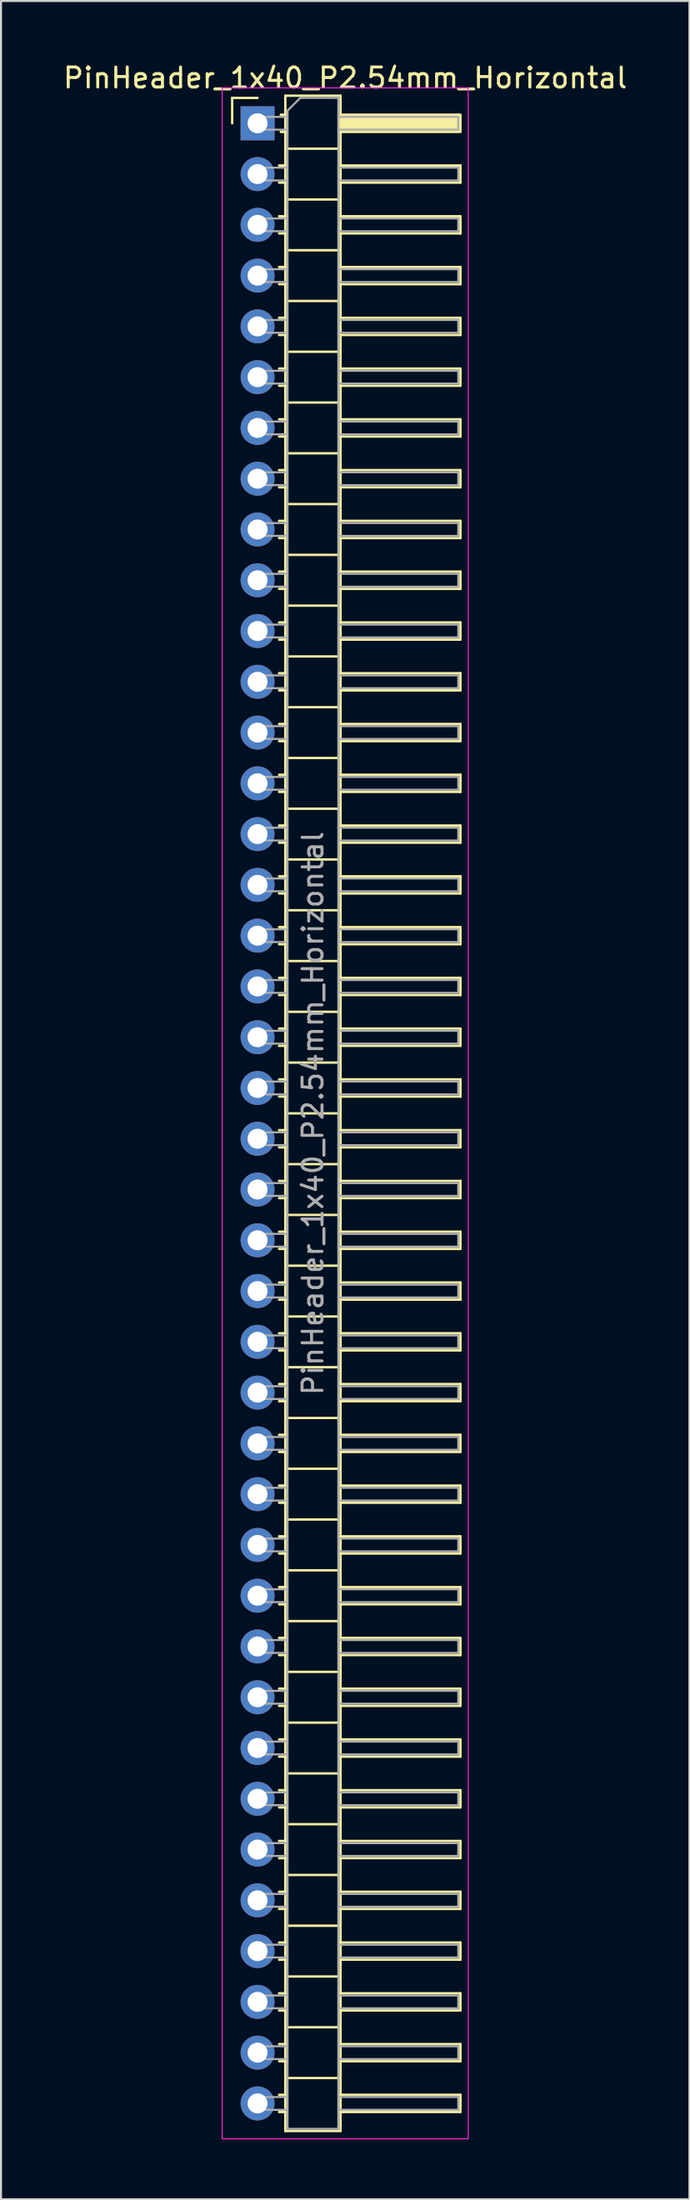
<source format=kicad_pcb>
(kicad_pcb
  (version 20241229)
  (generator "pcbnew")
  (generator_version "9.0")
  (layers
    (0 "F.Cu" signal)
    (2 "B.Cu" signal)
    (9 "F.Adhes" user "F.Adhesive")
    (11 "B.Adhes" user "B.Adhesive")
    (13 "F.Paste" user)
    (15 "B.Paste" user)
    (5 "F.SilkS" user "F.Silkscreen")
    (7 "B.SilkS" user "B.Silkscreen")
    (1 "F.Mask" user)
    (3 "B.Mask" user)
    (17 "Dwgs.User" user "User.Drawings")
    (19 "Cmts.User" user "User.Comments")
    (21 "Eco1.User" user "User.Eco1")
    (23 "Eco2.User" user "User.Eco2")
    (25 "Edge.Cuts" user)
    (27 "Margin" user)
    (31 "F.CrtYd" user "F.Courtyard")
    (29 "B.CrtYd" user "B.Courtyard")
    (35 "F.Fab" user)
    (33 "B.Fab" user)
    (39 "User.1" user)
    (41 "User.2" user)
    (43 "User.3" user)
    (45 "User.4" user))
  (footprint "PinHeader_1x40_P2.54mm_Horizontal"
    (layer "F.Cu")
    (at 9.835 3.118)
    (property "Reference" "PinHeader_1x40_P2.54mm_Horizontal" (at 4.385 -2.27 0) (layer "F.SilkS") (effects (font (size 1 1) (thickness 0.15))))
    (attr through_hole)
    (fp_line (start -1.27 -1.27) (end 0 -1.27) (stroke (width 0.12) (type solid)) (layer "F.SilkS"))
    (fp_line (start -1.27 0) (end -1.27 -1.27) (stroke (width 0.12) (type solid)) (layer "F.SilkS"))
    (fp_line (start 1.077 2.11) (end 1.39 2.11) (stroke (width 0.12) (type solid)) (layer "F.SilkS"))
    (fp_line (start 1.077 2.97) (end 1.39 2.97) (stroke (width 0.12) (type solid)) (layer "F.SilkS"))
    (fp_line (start 1.077 4.65) (end 1.39 4.65) (stroke (width 0.12) (type solid)) (layer "F.SilkS"))
    (fp_line (start 1.077 5.51) (end 1.39 5.51) (stroke (width 0.12) (type solid)) (layer "F.SilkS"))
    (fp_line (start 1.077 7.19) (end 1.39 7.19) (stroke (width 0.12) (type solid)) (layer "F.SilkS"))
    (fp_line (start 1.077 8.05) (end 1.39 8.05) (stroke (width 0.12) (type solid)) (layer "F.SilkS"))
    (fp_line (start 1.077 9.73) (end 1.39 9.73) (stroke (width 0.12) (type solid)) (layer "F.SilkS"))
    (fp_line (start 1.077 10.59) (end 1.39 10.59) (stroke (width 0.12) (type solid)) (layer "F.SilkS"))
    (fp_line (start 1.077 12.27) (end 1.39 12.27) (stroke (width 0.12) (type solid)) (layer "F.SilkS"))
    (fp_line (start 1.077 13.13) (end 1.39 13.13) (stroke (width 0.12) (type solid)) (layer "F.SilkS"))
    (fp_line (start 1.077 14.81) (end 1.39 14.81) (stroke (width 0.12) (type solid)) (layer "F.SilkS"))
    (fp_line (start 1.077 15.67) (end 1.39 15.67) (stroke (width 0.12) (type solid)) (layer "F.SilkS"))
    (fp_line (start 1.077 17.35) (end 1.39 17.35) (stroke (width 0.12) (type solid)) (layer "F.SilkS"))
    (fp_line (start 1.077 18.21) (end 1.39 18.21) (stroke (width 0.12) (type solid)) (layer "F.SilkS"))
    (fp_line (start 1.077 19.89) (end 1.39 19.89) (stroke (width 0.12) (type solid)) (layer "F.SilkS"))
    (fp_line (start 1.077 20.75) (end 1.39 20.75) (stroke (width 0.12) (type solid)) (layer "F.SilkS"))
    (fp_line (start 1.077 22.43) (end 1.39 22.43) (stroke (width 0.12) (type solid)) (layer "F.SilkS"))
    (fp_line (start 1.077 23.29) (end 1.39 23.29) (stroke (width 0.12) (type solid)) (layer "F.SilkS"))
    (fp_line (start 1.077 24.97) (end 1.39 24.97) (stroke (width 0.12) (type solid)) (layer "F.SilkS"))
    (fp_line (start 1.077 25.83) (end 1.39 25.83) (stroke (width 0.12) (type solid)) (layer "F.SilkS"))
    (fp_line (start 1.077 27.51) (end 1.39 27.51) (stroke (width 0.12) (type solid)) (layer "F.SilkS"))
    (fp_line (start 1.077 28.37) (end 1.39 28.37) (stroke (width 0.12) (type solid)) (layer "F.SilkS"))
    (fp_line (start 1.077 30.05) (end 1.39 30.05) (stroke (width 0.12) (type solid)) (layer "F.SilkS"))
    (fp_line (start 1.077 30.91) (end 1.39 30.91) (stroke (width 0.12) (type solid)) (layer "F.SilkS"))
    (fp_line (start 1.077 32.59) (end 1.39 32.59) (stroke (width 0.12) (type solid)) (layer "F.SilkS"))
    (fp_line (start 1.077 33.45) (end 1.39 33.45) (stroke (width 0.12) (type solid)) (layer "F.SilkS"))
    (fp_line (start 1.077 35.13) (end 1.39 35.13) (stroke (width 0.12) (type solid)) (layer "F.SilkS"))
    (fp_line (start 1.077 35.99) (end 1.39 35.99) (stroke (width 0.12) (type solid)) (layer "F.SilkS"))
    (fp_line (start 1.077 37.67) (end 1.39 37.67) (stroke (width 0.12) (type solid)) (layer "F.SilkS"))
    (fp_line (start 1.077 38.53) (end 1.39 38.53) (stroke (width 0.12) (type solid)) (layer "F.SilkS"))
    (fp_line (start 1.077 40.21) (end 1.39 40.21) (stroke (width 0.12) (type solid)) (layer "F.SilkS"))
    (fp_line (start 1.077 41.07) (end 1.39 41.07) (stroke (width 0.12) (type solid)) (layer "F.SilkS"))
    (fp_line (start 1.077 42.75) (end 1.39 42.75) (stroke (width 0.12) (type solid)) (layer "F.SilkS"))
    (fp_line (start 1.077 43.61) (end 1.39 43.61) (stroke (width 0.12) (type solid)) (layer "F.SilkS"))
    (fp_line (start 1.077 45.29) (end 1.39 45.29) (stroke (width 0.12) (type solid)) (layer "F.SilkS"))
    (fp_line (start 1.077 46.15) (end 1.39 46.15) (stroke (width 0.12) (type solid)) (layer "F.SilkS"))
    (fp_line (start 1.077 47.83) (end 1.39 47.83) (stroke (width 0.12) (type solid)) (layer "F.SilkS"))
    (fp_line (start 1.077 48.69) (end 1.39 48.69) (stroke (width 0.12) (type solid)) (layer "F.SilkS"))
    (fp_line (start 1.077 50.37) (end 1.39 50.37) (stroke (width 0.12) (type solid)) (layer "F.SilkS"))
    (fp_line (start 1.077 51.23) (end 1.39 51.23) (stroke (width 0.12) (type solid)) (layer "F.SilkS"))
    (fp_line (start 1.077 52.91) (end 1.39 52.91) (stroke (width 0.12) (type solid)) (layer "F.SilkS"))
    (fp_line (start 1.077 53.77) (end 1.39 53.77) (stroke (width 0.12) (type solid)) (layer "F.SilkS"))
    (fp_line (start 1.077 55.45) (end 1.39 55.45) (stroke (width 0.12) (type solid)) (layer "F.SilkS"))
    (fp_line (start 1.077 56.31) (end 1.39 56.31) (stroke (width 0.12) (type solid)) (layer "F.SilkS"))
    (fp_line (start 1.077 57.99) (end 1.39 57.99) (stroke (width 0.12) (type solid)) (layer "F.SilkS"))
    (fp_line (start 1.077 58.85) (end 1.39 58.85) (stroke (width 0.12) (type solid)) (layer "F.SilkS"))
    (fp_line (start 1.077 60.53) (end 1.39 60.53) (stroke (width 0.12) (type solid)) (layer "F.SilkS"))
    (fp_line (start 1.077 61.39) (end 1.39 61.39) (stroke (width 0.12) (type solid)) (layer "F.SilkS"))
    (fp_line (start 1.077 63.07) (end 1.39 63.07) (stroke (width 0.12) (type solid)) (layer "F.SilkS"))
    (fp_line (start 1.077 63.93) (end 1.39 63.93) (stroke (width 0.12) (type solid)) (layer "F.SilkS"))
    (fp_line (start 1.077 65.61) (end 1.39 65.61) (stroke (width 0.12) (type solid)) (layer "F.SilkS"))
    (fp_line (start 1.077 66.47) (end 1.39 66.47) (stroke (width 0.12) (type solid)) (layer "F.SilkS"))
    (fp_line (start 1.077 68.15) (end 1.39 68.15) (stroke (width 0.12) (type solid)) (layer "F.SilkS"))
    (fp_line (start 1.077 69.01) (end 1.39 69.01) (stroke (width 0.12) (type solid)) (layer "F.SilkS"))
    (fp_line (start 1.077 70.69) (end 1.39 70.69) (stroke (width 0.12) (type solid)) (layer "F.SilkS"))
    (fp_line (start 1.077 71.55) (end 1.39 71.55) (stroke (width 0.12) (type solid)) (layer "F.SilkS"))
    (fp_line (start 1.077 73.23) (end 1.39 73.23) (stroke (width 0.12) (type solid)) (layer "F.SilkS"))
    (fp_line (start 1.077 74.09) (end 1.39 74.09) (stroke (width 0.12) (type solid)) (layer "F.SilkS"))
    (fp_line (start 1.077 75.77) (end 1.39 75.77) (stroke (width 0.12) (type solid)) (layer "F.SilkS"))
    (fp_line (start 1.077 76.63) (end 1.39 76.63) (stroke (width 0.12) (type solid)) (layer "F.SilkS"))
    (fp_line (start 1.077 78.31) (end 1.39 78.31) (stroke (width 0.12) (type solid)) (layer "F.SilkS"))
    (fp_line (start 1.077 79.17) (end 1.39 79.17) (stroke (width 0.12) (type solid)) (layer "F.SilkS"))
    (fp_line (start 1.077 80.85) (end 1.39 80.85) (stroke (width 0.12) (type solid)) (layer "F.SilkS"))
    (fp_line (start 1.077 81.71) (end 1.39 81.71) (stroke (width 0.12) (type solid)) (layer "F.SilkS"))
    (fp_line (start 1.077 83.39) (end 1.39 83.39) (stroke (width 0.12) (type solid)) (layer "F.SilkS"))
    (fp_line (start 1.077 84.25) (end 1.39 84.25) (stroke (width 0.12) (type solid)) (layer "F.SilkS"))
    (fp_line (start 1.077 85.93) (end 1.39 85.93) (stroke (width 0.12) (type solid)) (layer "F.SilkS"))
    (fp_line (start 1.077 86.79) (end 1.39 86.79) (stroke (width 0.12) (type solid)) (layer "F.SilkS"))
    (fp_line (start 1.077 88.47) (end 1.39 88.47) (stroke (width 0.12) (type solid)) (layer "F.SilkS"))
    (fp_line (start 1.077 89.33) (end 1.39 89.33) (stroke (width 0.12) (type solid)) (layer "F.SilkS"))
    (fp_line (start 1.077 91.01) (end 1.39 91.01) (stroke (width 0.12) (type solid)) (layer "F.SilkS"))
    (fp_line (start 1.077 91.87) (end 1.39 91.87) (stroke (width 0.12) (type solid)) (layer "F.SilkS"))
    (fp_line (start 1.077 93.55) (end 1.39 93.55) (stroke (width 0.12) (type solid)) (layer "F.SilkS"))
    (fp_line (start 1.077 94.41) (end 1.39 94.41) (stroke (width 0.12) (type solid)) (layer "F.SilkS"))
    (fp_line (start 1.077 96.09) (end 1.39 96.09) (stroke (width 0.12) (type solid)) (layer "F.SilkS"))
    (fp_line (start 1.077 96.95) (end 1.39 96.95) (stroke (width 0.12) (type solid)) (layer "F.SilkS"))
    (fp_line (start 1.077 98.63) (end 1.39 98.63) (stroke (width 0.12) (type solid)) (layer "F.SilkS"))
    (fp_line (start 1.077 99.49) (end 1.39 99.49) (stroke (width 0.12) (type solid)) (layer "F.SilkS"))
    (fp_line (start 1.16 -0.43) (end 1.39 -0.43) (stroke (width 0.12) (type solid)) (layer "F.SilkS"))
    (fp_line (start 1.16 0.43) (end 1.39 0.43) (stroke (width 0.12) (type solid)) (layer "F.SilkS"))
    (fp_line (start 1.39 -1.38) (end 1.39 100.44) (stroke (width 0.12) (type solid)) (layer "F.SilkS"))
    (fp_line (start 1.39 1.27) (end 4.15 1.27) (stroke (width 0.12) (type solid)) (layer "F.SilkS"))
    (fp_line (start 1.39 3.81) (end 4.15 3.81) (stroke (width 0.12) (type solid)) (layer "F.SilkS"))
    (fp_line (start 1.39 6.35) (end 4.15 6.35) (stroke (width 0.12) (type solid)) (layer "F.SilkS"))
    (fp_line (start 1.39 8.89) (end 4.15 8.89) (stroke (width 0.12) (type solid)) (layer "F.SilkS"))
    (fp_line (start 1.39 11.43) (end 4.15 11.43) (stroke (width 0.12) (type solid)) (layer "F.SilkS"))
    (fp_line (start 1.39 13.97) (end 4.15 13.97) (stroke (width 0.12) (type solid)) (layer "F.SilkS"))
    (fp_line (start 1.39 16.51) (end 4.15 16.51) (stroke (width 0.12) (type solid)) (layer "F.SilkS"))
    (fp_line (start 1.39 19.05) (end 4.15 19.05) (stroke (width 0.12) (type solid)) (layer "F.SilkS"))
    (fp_line (start 1.39 21.59) (end 4.15 21.59) (stroke (width 0.12) (type solid)) (layer "F.SilkS"))
    (fp_line (start 1.39 24.13) (end 4.15 24.13) (stroke (width 0.12) (type solid)) (layer "F.SilkS"))
    (fp_line (start 1.39 26.67) (end 4.15 26.67) (stroke (width 0.12) (type solid)) (layer "F.SilkS"))
    (fp_line (start 1.39 29.21) (end 4.15 29.21) (stroke (width 0.12) (type solid)) (layer "F.SilkS"))
    (fp_line (start 1.39 31.75) (end 4.15 31.75) (stroke (width 0.12) (type solid)) (layer "F.SilkS"))
    (fp_line (start 1.39 34.29) (end 4.15 34.29) (stroke (width 0.12) (type solid)) (layer "F.SilkS"))
    (fp_line (start 1.39 36.83) (end 4.15 36.83) (stroke (width 0.12) (type solid)) (layer "F.SilkS"))
    (fp_line (start 1.39 39.37) (end 4.15 39.37) (stroke (width 0.12) (type solid)) (layer "F.SilkS"))
    (fp_line (start 1.39 41.91) (end 4.15 41.91) (stroke (width 0.12) (type solid)) (layer "F.SilkS"))
    (fp_line (start 1.39 44.45) (end 4.15 44.45) (stroke (width 0.12) (type solid)) (layer "F.SilkS"))
    (fp_line (start 1.39 46.99) (end 4.15 46.99) (stroke (width 0.12) (type solid)) (layer "F.SilkS"))
    (fp_line (start 1.39 49.53) (end 4.15 49.53) (stroke (width 0.12) (type solid)) (layer "F.SilkS"))
    (fp_line (start 1.39 52.07) (end 4.15 52.07) (stroke (width 0.12) (type solid)) (layer "F.SilkS"))
    (fp_line (start 1.39 54.61) (end 4.15 54.61) (stroke (width 0.12) (type solid)) (layer "F.SilkS"))
    (fp_line (start 1.39 57.15) (end 4.15 57.15) (stroke (width 0.12) (type solid)) (layer "F.SilkS"))
    (fp_line (start 1.39 59.69) (end 4.15 59.69) (stroke (width 0.12) (type solid)) (layer "F.SilkS"))
    (fp_line (start 1.39 62.23) (end 4.15 62.23) (stroke (width 0.12) (type solid)) (layer "F.SilkS"))
    (fp_line (start 1.39 64.77) (end 4.15 64.77) (stroke (width 0.12) (type solid)) (layer "F.SilkS"))
    (fp_line (start 1.39 67.31) (end 4.15 67.31) (stroke (width 0.12) (type solid)) (layer "F.SilkS"))
    (fp_line (start 1.39 69.85) (end 4.15 69.85) (stroke (width 0.12) (type solid)) (layer "F.SilkS"))
    (fp_line (start 1.39 72.39) (end 4.15 72.39) (stroke (width 0.12) (type solid)) (layer "F.SilkS"))
    (fp_line (start 1.39 74.93) (end 4.15 74.93) (stroke (width 0.12) (type solid)) (layer "F.SilkS"))
    (fp_line (start 1.39 77.47) (end 4.15 77.47) (stroke (width 0.12) (type solid)) (layer "F.SilkS"))
    (fp_line (start 1.39 80.01) (end 4.15 80.01) (stroke (width 0.12) (type solid)) (layer "F.SilkS"))
    (fp_line (start 1.39 82.55) (end 4.15 82.55) (stroke (width 0.12) (type solid)) (layer "F.SilkS"))
    (fp_line (start 1.39 85.09) (end 4.15 85.09) (stroke (width 0.12) (type solid)) (layer "F.SilkS"))
    (fp_line (start 1.39 87.63) (end 4.15 87.63) (stroke (width 0.12) (type solid)) (layer "F.SilkS"))
    (fp_line (start 1.39 90.17) (end 4.15 90.17) (stroke (width 0.12) (type solid)) (layer "F.SilkS"))
    (fp_line (start 1.39 92.71) (end 4.15 92.71) (stroke (width 0.12) (type solid)) (layer "F.SilkS"))
    (fp_line (start 1.39 95.25) (end 4.15 95.25) (stroke (width 0.12) (type solid)) (layer "F.SilkS"))
    (fp_line (start 1.39 97.79) (end 4.15 97.79) (stroke (width 0.12) (type solid)) (layer "F.SilkS"))
    (fp_line (start 1.39 100.44) (end 4.15 100.44) (stroke (width 0.12) (type solid)) (layer "F.SilkS"))
    (fp_line (start 4.15 -1.38) (end 1.39 -1.38) (stroke (width 0.12) (type solid)) (layer "F.SilkS"))
    (fp_line (start 4.15 2.11) (end 10.15 2.11) (stroke (width 0.12) (type solid)) (layer "F.SilkS"))
    (fp_line (start 4.15 4.65) (end 10.15 4.65) (stroke (width 0.12) (type solid)) (layer "F.SilkS"))
    (fp_line (start 4.15 7.19) (end 10.15 7.19) (stroke (width 0.12) (type solid)) (layer "F.SilkS"))
    (fp_line (start 4.15 9.73) (end 10.15 9.73) (stroke (width 0.12) (type solid)) (layer "F.SilkS"))
    (fp_line (start 4.15 12.27) (end 10.15 12.27) (stroke (width 0.12) (type solid)) (layer "F.SilkS"))
    (fp_line (start 4.15 14.81) (end 10.15 14.81) (stroke (width 0.12) (type solid)) (layer "F.SilkS"))
    (fp_line (start 4.15 17.35) (end 10.15 17.35) (stroke (width 0.12) (type solid)) (layer "F.SilkS"))
    (fp_line (start 4.15 19.89) (end 10.15 19.89) (stroke (width 0.12) (type solid)) (layer "F.SilkS"))
    (fp_line (start 4.15 22.43) (end 10.15 22.43) (stroke (width 0.12) (type solid)) (layer "F.SilkS"))
    (fp_line (start 4.15 24.97) (end 10.15 24.97) (stroke (width 0.12) (type solid)) (layer "F.SilkS"))
    (fp_line (start 4.15 27.51) (end 10.15 27.51) (stroke (width 0.12) (type solid)) (layer "F.SilkS"))
    (fp_line (start 4.15 30.05) (end 10.15 30.05) (stroke (width 0.12) (type solid)) (layer "F.SilkS"))
    (fp_line (start 4.15 32.59) (end 10.15 32.59) (stroke (width 0.12) (type solid)) (layer "F.SilkS"))
    (fp_line (start 4.15 35.13) (end 10.15 35.13) (stroke (width 0.12) (type solid)) (layer "F.SilkS"))
    (fp_line (start 4.15 37.67) (end 10.15 37.67) (stroke (width 0.12) (type solid)) (layer "F.SilkS"))
    (fp_line (start 4.15 40.21) (end 10.15 40.21) (stroke (width 0.12) (type solid)) (layer "F.SilkS"))
    (fp_line (start 4.15 42.75) (end 10.15 42.75) (stroke (width 0.12) (type solid)) (layer "F.SilkS"))
    (fp_line (start 4.15 45.29) (end 10.15 45.29) (stroke (width 0.12) (type solid)) (layer "F.SilkS"))
    (fp_line (start 4.15 47.83) (end 10.15 47.83) (stroke (width 0.12) (type solid)) (layer "F.SilkS"))
    (fp_line (start 4.15 50.37) (end 10.15 50.37) (stroke (width 0.12) (type solid)) (layer "F.SilkS"))
    (fp_line (start 4.15 52.91) (end 10.15 52.91) (stroke (width 0.12) (type solid)) (layer "F.SilkS"))
    (fp_line (start 4.15 55.45) (end 10.15 55.45) (stroke (width 0.12) (type solid)) (layer "F.SilkS"))
    (fp_line (start 4.15 57.99) (end 10.15 57.99) (stroke (width 0.12) (type solid)) (layer "F.SilkS"))
    (fp_line (start 4.15 60.53) (end 10.15 60.53) (stroke (width 0.12) (type solid)) (layer "F.SilkS"))
    (fp_line (start 4.15 63.07) (end 10.15 63.07) (stroke (width 0.12) (type solid)) (layer "F.SilkS"))
    (fp_line (start 4.15 65.61) (end 10.15 65.61) (stroke (width 0.12) (type solid)) (layer "F.SilkS"))
    (fp_line (start 4.15 68.15) (end 10.15 68.15) (stroke (width 0.12) (type solid)) (layer "F.SilkS"))
    (fp_line (start 4.15 70.69) (end 10.15 70.69) (stroke (width 0.12) (type solid)) (layer "F.SilkS"))
    (fp_line (start 4.15 73.23) (end 10.15 73.23) (stroke (width 0.12) (type solid)) (layer "F.SilkS"))
    (fp_line (start 4.15 75.77) (end 10.15 75.77) (stroke (width 0.12) (type solid)) (layer "F.SilkS"))
    (fp_line (start 4.15 78.31) (end 10.15 78.31) (stroke (width 0.12) (type solid)) (layer "F.SilkS"))
    (fp_line (start 4.15 80.85) (end 10.15 80.85) (stroke (width 0.12) (type solid)) (layer "F.SilkS"))
    (fp_line (start 4.15 83.39) (end 10.15 83.39) (stroke (width 0.12) (type solid)) (layer "F.SilkS"))
    (fp_line (start 4.15 85.93) (end 10.15 85.93) (stroke (width 0.12) (type solid)) (layer "F.SilkS"))
    (fp_line (start 4.15 88.47) (end 10.15 88.47) (stroke (width 0.12) (type solid)) (layer "F.SilkS"))
    (fp_line (start 4.15 91.01) (end 10.15 91.01) (stroke (width 0.12) (type solid)) (layer "F.SilkS"))
    (fp_line (start 4.15 93.55) (end 10.15 93.55) (stroke (width 0.12) (type solid)) (layer "F.SilkS"))
    (fp_line (start 4.15 96.09) (end 10.15 96.09) (stroke (width 0.12) (type solid)) (layer "F.SilkS"))
    (fp_line (start 4.15 98.63) (end 10.15 98.63) (stroke (width 0.12) (type solid)) (layer "F.SilkS"))
    (fp_line (start 4.15 100.44) (end 4.15 -1.38) (stroke (width 0.12) (type solid)) (layer "F.SilkS"))
    (fp_line (start 10.15 2.11) (end 10.15 2.97) (stroke (width 0.12) (type solid)) (layer "F.SilkS"))
    (fp_line (start 10.15 2.97) (end 4.15 2.97) (stroke (width 0.12) (type solid)) (layer "F.SilkS"))
    (fp_line (start 10.15 4.65) (end 10.15 5.51) (stroke (width 0.12) (type solid)) (layer "F.SilkS"))
    (fp_line (start 10.15 5.51) (end 4.15 5.51) (stroke (width 0.12) (type solid)) (layer "F.SilkS"))
    (fp_line (start 10.15 7.19) (end 10.15 8.05) (stroke (width 0.12) (type solid)) (layer "F.SilkS"))
    (fp_line (start 10.15 8.05) (end 4.15 8.05) (stroke (width 0.12) (type solid)) (layer "F.SilkS"))
    (fp_line (start 10.15 9.73) (end 10.15 10.59) (stroke (width 0.12) (type solid)) (layer "F.SilkS"))
    (fp_line (start 10.15 10.59) (end 4.15 10.59) (stroke (width 0.12) (type solid)) (layer "F.SilkS"))
    (fp_line (start 10.15 12.27) (end 10.15 13.13) (stroke (width 0.12) (type solid)) (layer "F.SilkS"))
    (fp_line (start 10.15 13.13) (end 4.15 13.13) (stroke (width 0.12) (type solid)) (layer "F.SilkS"))
    (fp_line (start 10.15 14.81) (end 10.15 15.67) (stroke (width 0.12) (type solid)) (layer "F.SilkS"))
    (fp_line (start 10.15 15.67) (end 4.15 15.67) (stroke (width 0.12) (type solid)) (layer "F.SilkS"))
    (fp_line (start 10.15 17.35) (end 10.15 18.21) (stroke (width 0.12) (type solid)) (layer "F.SilkS"))
    (fp_line (start 10.15 18.21) (end 4.15 18.21) (stroke (width 0.12) (type solid)) (layer "F.SilkS"))
    (fp_line (start 10.15 19.89) (end 10.15 20.75) (stroke (width 0.12) (type solid)) (layer "F.SilkS"))
    (fp_line (start 10.15 20.75) (end 4.15 20.75) (stroke (width 0.12) (type solid)) (layer "F.SilkS"))
    (fp_line (start 10.15 22.43) (end 10.15 23.29) (stroke (width 0.12) (type solid)) (layer "F.SilkS"))
    (fp_line (start 10.15 23.29) (end 4.15 23.29) (stroke (width 0.12) (type solid)) (layer "F.SilkS"))
    (fp_line (start 10.15 24.97) (end 10.15 25.83) (stroke (width 0.12) (type solid)) (layer "F.SilkS"))
    (fp_line (start 10.15 25.83) (end 4.15 25.83) (stroke (width 0.12) (type solid)) (layer "F.SilkS"))
    (fp_line (start 10.15 27.51) (end 10.15 28.37) (stroke (width 0.12) (type solid)) (layer "F.SilkS"))
    (fp_line (start 10.15 28.37) (end 4.15 28.37) (stroke (width 0.12) (type solid)) (layer "F.SilkS"))
    (fp_line (start 10.15 30.05) (end 10.15 30.91) (stroke (width 0.12) (type solid)) (layer "F.SilkS"))
    (fp_line (start 10.15 30.91) (end 4.15 30.91) (stroke (width 0.12) (type solid)) (layer "F.SilkS"))
    (fp_line (start 10.15 32.59) (end 10.15 33.45) (stroke (width 0.12) (type solid)) (layer "F.SilkS"))
    (fp_line (start 10.15 33.45) (end 4.15 33.45) (stroke (width 0.12) (type solid)) (layer "F.SilkS"))
    (fp_line (start 10.15 35.13) (end 10.15 35.99) (stroke (width 0.12) (type solid)) (layer "F.SilkS"))
    (fp_line (start 10.15 35.99) (end 4.15 35.99) (stroke (width 0.12) (type solid)) (layer "F.SilkS"))
    (fp_line (start 10.15 37.67) (end 10.15 38.53) (stroke (width 0.12) (type solid)) (layer "F.SilkS"))
    (fp_line (start 10.15 38.53) (end 4.15 38.53) (stroke (width 0.12) (type solid)) (layer "F.SilkS"))
    (fp_line (start 10.15 40.21) (end 10.15 41.07) (stroke (width 0.12) (type solid)) (layer "F.SilkS"))
    (fp_line (start 10.15 41.07) (end 4.15 41.07) (stroke (width 0.12) (type solid)) (layer "F.SilkS"))
    (fp_line (start 10.15 42.75) (end 10.15 43.61) (stroke (width 0.12) (type solid)) (layer "F.SilkS"))
    (fp_line (start 10.15 43.61) (end 4.15 43.61) (stroke (width 0.12) (type solid)) (layer "F.SilkS"))
    (fp_line (start 10.15 45.29) (end 10.15 46.15) (stroke (width 0.12) (type solid)) (layer "F.SilkS"))
    (fp_line (start 10.15 46.15) (end 4.15 46.15) (stroke (width 0.12) (type solid)) (layer "F.SilkS"))
    (fp_line (start 10.15 47.83) (end 10.15 48.69) (stroke (width 0.12) (type solid)) (layer "F.SilkS"))
    (fp_line (start 10.15 48.69) (end 4.15 48.69) (stroke (width 0.12) (type solid)) (layer "F.SilkS"))
    (fp_line (start 10.15 50.37) (end 10.15 51.23) (stroke (width 0.12) (type solid)) (layer "F.SilkS"))
    (fp_line (start 10.15 51.23) (end 4.15 51.23) (stroke (width 0.12) (type solid)) (layer "F.SilkS"))
    (fp_line (start 10.15 52.91) (end 10.15 53.77) (stroke (width 0.12) (type solid)) (layer "F.SilkS"))
    (fp_line (start 10.15 53.77) (end 4.15 53.77) (stroke (width 0.12) (type solid)) (layer "F.SilkS"))
    (fp_line (start 10.15 55.45) (end 10.15 56.31) (stroke (width 0.12) (type solid)) (layer "F.SilkS"))
    (fp_line (start 10.15 56.31) (end 4.15 56.31) (stroke (width 0.12) (type solid)) (layer "F.SilkS"))
    (fp_line (start 10.15 57.99) (end 10.15 58.85) (stroke (width 0.12) (type solid)) (layer "F.SilkS"))
    (fp_line (start 10.15 58.85) (end 4.15 58.85) (stroke (width 0.12) (type solid)) (layer "F.SilkS"))
    (fp_line (start 10.15 60.53) (end 10.15 61.39) (stroke (width 0.12) (type solid)) (layer "F.SilkS"))
    (fp_line (start 10.15 61.39) (end 4.15 61.39) (stroke (width 0.12) (type solid)) (layer "F.SilkS"))
    (fp_line (start 10.15 63.07) (end 10.15 63.93) (stroke (width 0.12) (type solid)) (layer "F.SilkS"))
    (fp_line (start 10.15 63.93) (end 4.15 63.93) (stroke (width 0.12) (type solid)) (layer "F.SilkS"))
    (fp_line (start 10.15 65.61) (end 10.15 66.47) (stroke (width 0.12) (type solid)) (layer "F.SilkS"))
    (fp_line (start 10.15 66.47) (end 4.15 66.47) (stroke (width 0.12) (type solid)) (layer "F.SilkS"))
    (fp_line (start 10.15 68.15) (end 10.15 69.01) (stroke (width 0.12) (type solid)) (layer "F.SilkS"))
    (fp_line (start 10.15 69.01) (end 4.15 69.01) (stroke (width 0.12) (type solid)) (layer "F.SilkS"))
    (fp_line (start 10.15 70.69) (end 10.15 71.55) (stroke (width 0.12) (type solid)) (layer "F.SilkS"))
    (fp_line (start 10.15 71.55) (end 4.15 71.55) (stroke (width 0.12) (type solid)) (layer "F.SilkS"))
    (fp_line (start 10.15 73.23) (end 10.15 74.09) (stroke (width 0.12) (type solid)) (layer "F.SilkS"))
    (fp_line (start 10.15 74.09) (end 4.15 74.09) (stroke (width 0.12) (type solid)) (layer "F.SilkS"))
    (fp_line (start 10.15 75.77) (end 10.15 76.63) (stroke (width 0.12) (type solid)) (layer "F.SilkS"))
    (fp_line (start 10.15 76.63) (end 4.15 76.63) (stroke (width 0.12) (type solid)) (layer "F.SilkS"))
    (fp_line (start 10.15 78.31) (end 10.15 79.17) (stroke (width 0.12) (type solid)) (layer "F.SilkS"))
    (fp_line (start 10.15 79.17) (end 4.15 79.17) (stroke (width 0.12) (type solid)) (layer "F.SilkS"))
    (fp_line (start 10.15 80.85) (end 10.15 81.71) (stroke (width 0.12) (type solid)) (layer "F.SilkS"))
    (fp_line (start 10.15 81.71) (end 4.15 81.71) (stroke (width 0.12) (type solid)) (layer "F.SilkS"))
    (fp_line (start 10.15 83.39) (end 10.15 84.25) (stroke (width 0.12) (type solid)) (layer "F.SilkS"))
    (fp_line (start 10.15 84.25) (end 4.15 84.25) (stroke (width 0.12) (type solid)) (layer "F.SilkS"))
    (fp_line (start 10.15 85.93) (end 10.15 86.79) (stroke (width 0.12) (type solid)) (layer "F.SilkS"))
    (fp_line (start 10.15 86.79) (end 4.15 86.79) (stroke (width 0.12) (type solid)) (layer "F.SilkS"))
    (fp_line (start 10.15 88.47) (end 10.15 89.33) (stroke (width 0.12) (type solid)) (layer "F.SilkS"))
    (fp_line (start 10.15 89.33) (end 4.15 89.33) (stroke (width 0.12) (type solid)) (layer "F.SilkS"))
    (fp_line (start 10.15 91.01) (end 10.15 91.87) (stroke (width 0.12) (type solid)) (layer "F.SilkS"))
    (fp_line (start 10.15 91.87) (end 4.15 91.87) (stroke (width 0.12) (type solid)) (layer "F.SilkS"))
    (fp_line (start 10.15 93.55) (end 10.15 94.41) (stroke (width 0.12) (type solid)) (layer "F.SilkS"))
    (fp_line (start 10.15 94.41) (end 4.15 94.41) (stroke (width 0.12) (type solid)) (layer "F.SilkS"))
    (fp_line (start 10.15 96.09) (end 10.15 96.95) (stroke (width 0.12) (type solid)) (layer "F.SilkS"))
    (fp_line (start 10.15 96.95) (end 4.15 96.95) (stroke (width 0.12) (type solid)) (layer "F.SilkS"))
    (fp_line (start 10.15 98.63) (end 10.15 99.49) (stroke (width 0.12) (type solid)) (layer "F.SilkS"))
    (fp_line (start 10.15 99.49) (end 4.15 99.49) (stroke (width 0.12) (type solid)) (layer "F.SilkS"))
    (fp_rect (start 4.15 -0.43) (end 10.15 0.43) (stroke (width 0.12) (type solid)) (fill yes) (layer "F.SilkS"))
    (fp_line (start -1.77 -1.77) (end -1.77 100.83) (stroke (width 0.05) (type solid)) (layer "F.CrtYd"))
    (fp_line (start -1.77 100.83) (end 10.54 100.83) (stroke (width 0.05) (type solid)) (layer "F.CrtYd"))
    (fp_line (start 10.54 -1.77) (end -1.77 -1.77) (stroke (width 0.05) (type solid)) (layer "F.CrtYd"))
    (fp_line (start 10.54 100.83) (end 10.54 -1.77) (stroke (width 0.05) (type solid)) (layer "F.CrtYd"))
    (fp_line (start -0.32 -0.32) (end -0.32 0.32) (stroke (width 0.1) (type solid)) (layer "F.Fab"))
    (fp_line (start -0.32 -0.32) (end 1.5 -0.32) (stroke (width 0.1) (type solid)) (layer "F.Fab"))
    (fp_line (start -0.32 0.32) (end 1.5 0.32) (stroke (width 0.1) (type solid)) (layer "F.Fab"))
    (fp_line (start -0.32 2.22) (end -0.32 2.86) (stroke (width 0.1) (type solid)) (layer "F.Fab"))
    (fp_line (start -0.32 2.22) (end 1.5 2.22) (stroke (width 0.1) (type solid)) (layer "F.Fab"))
    (fp_line (start -0.32 2.86) (end 1.5 2.86) (stroke (width 0.1) (type solid)) (layer "F.Fab"))
    (fp_line (start -0.32 4.76) (end -0.32 5.4) (stroke (width 0.1) (type solid)) (layer "F.Fab"))
    (fp_line (start -0.32 4.76) (end 1.5 4.76) (stroke (width 0.1) (type solid)) (layer "F.Fab"))
    (fp_line (start -0.32 5.4) (end 1.5 5.4) (stroke (width 0.1) (type solid)) (layer "F.Fab"))
    (fp_line (start -0.32 7.3) (end -0.32 7.94) (stroke (width 0.1) (type solid)) (layer "F.Fab"))
    (fp_line (start -0.32 7.3) (end 1.5 7.3) (stroke (width 0.1) (type solid)) (layer "F.Fab"))
    (fp_line (start -0.32 7.94) (end 1.5 7.94) (stroke (width 0.1) (type solid)) (layer "F.Fab"))
    (fp_line (start -0.32 9.84) (end -0.32 10.48) (stroke (width 0.1) (type solid)) (layer "F.Fab"))
    (fp_line (start -0.32 9.84) (end 1.5 9.84) (stroke (width 0.1) (type solid)) (layer "F.Fab"))
    (fp_line (start -0.32 10.48) (end 1.5 10.48) (stroke (width 0.1) (type solid)) (layer "F.Fab"))
    (fp_line (start -0.32 12.38) (end -0.32 13.02) (stroke (width 0.1) (type solid)) (layer "F.Fab"))
    (fp_line (start -0.32 12.38) (end 1.5 12.38) (stroke (width 0.1) (type solid)) (layer "F.Fab"))
    (fp_line (start -0.32 13.02) (end 1.5 13.02) (stroke (width 0.1) (type solid)) (layer "F.Fab"))
    (fp_line (start -0.32 14.92) (end -0.32 15.56) (stroke (width 0.1) (type solid)) (layer "F.Fab"))
    (fp_line (start -0.32 14.92) (end 1.5 14.92) (stroke (width 0.1) (type solid)) (layer "F.Fab"))
    (fp_line (start -0.32 15.56) (end 1.5 15.56) (stroke (width 0.1) (type solid)) (layer "F.Fab"))
    (fp_line (start -0.32 17.46) (end -0.32 18.1) (stroke (width 0.1) (type solid)) (layer "F.Fab"))
    (fp_line (start -0.32 17.46) (end 1.5 17.46) (stroke (width 0.1) (type solid)) (layer "F.Fab"))
    (fp_line (start -0.32 18.1) (end 1.5 18.1) (stroke (width 0.1) (type solid)) (layer "F.Fab"))
    (fp_line (start -0.32 20) (end -0.32 20.64) (stroke (width 0.1) (type solid)) (layer "F.Fab"))
    (fp_line (start -0.32 20) (end 1.5 20) (stroke (width 0.1) (type solid)) (layer "F.Fab"))
    (fp_line (start -0.32 20.64) (end 1.5 20.64) (stroke (width 0.1) (type solid)) (layer "F.Fab"))
    (fp_line (start -0.32 22.54) (end -0.32 23.18) (stroke (width 0.1) (type solid)) (layer "F.Fab"))
    (fp_line (start -0.32 22.54) (end 1.5 22.54) (stroke (width 0.1) (type solid)) (layer "F.Fab"))
    (fp_line (start -0.32 23.18) (end 1.5 23.18) (stroke (width 0.1) (type solid)) (layer "F.Fab"))
    (fp_line (start -0.32 25.08) (end -0.32 25.72) (stroke (width 0.1) (type solid)) (layer "F.Fab"))
    (fp_line (start -0.32 25.08) (end 1.5 25.08) (stroke (width 0.1) (type solid)) (layer "F.Fab"))
    (fp_line (start -0.32 25.72) (end 1.5 25.72) (stroke (width 0.1) (type solid)) (layer "F.Fab"))
    (fp_line (start -0.32 27.62) (end -0.32 28.26) (stroke (width 0.1) (type solid)) (layer "F.Fab"))
    (fp_line (start -0.32 27.62) (end 1.5 27.62) (stroke (width 0.1) (type solid)) (layer "F.Fab"))
    (fp_line (start -0.32 28.26) (end 1.5 28.26) (stroke (width 0.1) (type solid)) (layer "F.Fab"))
    (fp_line (start -0.32 30.16) (end -0.32 30.8) (stroke (width 0.1) (type solid)) (layer "F.Fab"))
    (fp_line (start -0.32 30.16) (end 1.5 30.16) (stroke (width 0.1) (type solid)) (layer "F.Fab"))
    (fp_line (start -0.32 30.8) (end 1.5 30.8) (stroke (width 0.1) (type solid)) (layer "F.Fab"))
    (fp_line (start -0.32 32.7) (end -0.32 33.34) (stroke (width 0.1) (type solid)) (layer "F.Fab"))
    (fp_line (start -0.32 32.7) (end 1.5 32.7) (stroke (width 0.1) (type solid)) (layer "F.Fab"))
    (fp_line (start -0.32 33.34) (end 1.5 33.34) (stroke (width 0.1) (type solid)) (layer "F.Fab"))
    (fp_line (start -0.32 35.24) (end -0.32 35.88) (stroke (width 0.1) (type solid)) (layer "F.Fab"))
    (fp_line (start -0.32 35.24) (end 1.5 35.24) (stroke (width 0.1) (type solid)) (layer "F.Fab"))
    (fp_line (start -0.32 35.88) (end 1.5 35.88) (stroke (width 0.1) (type solid)) (layer "F.Fab"))
    (fp_line (start -0.32 37.78) (end -0.32 38.42) (stroke (width 0.1) (type solid)) (layer "F.Fab"))
    (fp_line (start -0.32 37.78) (end 1.5 37.78) (stroke (width 0.1) (type solid)) (layer "F.Fab"))
    (fp_line (start -0.32 38.42) (end 1.5 38.42) (stroke (width 0.1) (type solid)) (layer "F.Fab"))
    (fp_line (start -0.32 40.32) (end -0.32 40.96) (stroke (width 0.1) (type solid)) (layer "F.Fab"))
    (fp_line (start -0.32 40.32) (end 1.5 40.32) (stroke (width 0.1) (type solid)) (layer "F.Fab"))
    (fp_line (start -0.32 40.96) (end 1.5 40.96) (stroke (width 0.1) (type solid)) (layer "F.Fab"))
    (fp_line (start -0.32 42.86) (end -0.32 43.5) (stroke (width 0.1) (type solid)) (layer "F.Fab"))
    (fp_line (start -0.32 42.86) (end 1.5 42.86) (stroke (width 0.1) (type solid)) (layer "F.Fab"))
    (fp_line (start -0.32 43.5) (end 1.5 43.5) (stroke (width 0.1) (type solid)) (layer "F.Fab"))
    (fp_line (start -0.32 45.4) (end -0.32 46.04) (stroke (width 0.1) (type solid)) (layer "F.Fab"))
    (fp_line (start -0.32 45.4) (end 1.5 45.4) (stroke (width 0.1) (type solid)) (layer "F.Fab"))
    (fp_line (start -0.32 46.04) (end 1.5 46.04) (stroke (width 0.1) (type solid)) (layer "F.Fab"))
    (fp_line (start -0.32 47.94) (end -0.32 48.58) (stroke (width 0.1) (type solid)) (layer "F.Fab"))
    (fp_line (start -0.32 47.94) (end 1.5 47.94) (stroke (width 0.1) (type solid)) (layer "F.Fab"))
    (fp_line (start -0.32 48.58) (end 1.5 48.58) (stroke (width 0.1) (type solid)) (layer "F.Fab"))
    (fp_line (start -0.32 50.48) (end -0.32 51.12) (stroke (width 0.1) (type solid)) (layer "F.Fab"))
    (fp_line (start -0.32 50.48) (end 1.5 50.48) (stroke (width 0.1) (type solid)) (layer "F.Fab"))
    (fp_line (start -0.32 51.12) (end 1.5 51.12) (stroke (width 0.1) (type solid)) (layer "F.Fab"))
    (fp_line (start -0.32 53.02) (end -0.32 53.66) (stroke (width 0.1) (type solid)) (layer "F.Fab"))
    (fp_line (start -0.32 53.02) (end 1.5 53.02) (stroke (width 0.1) (type solid)) (layer "F.Fab"))
    (fp_line (start -0.32 53.66) (end 1.5 53.66) (stroke (width 0.1) (type solid)) (layer "F.Fab"))
    (fp_line (start -0.32 55.56) (end -0.32 56.2) (stroke (width 0.1) (type solid)) (layer "F.Fab"))
    (fp_line (start -0.32 55.56) (end 1.5 55.56) (stroke (width 0.1) (type solid)) (layer "F.Fab"))
    (fp_line (start -0.32 56.2) (end 1.5 56.2) (stroke (width 0.1) (type solid)) (layer "F.Fab"))
    (fp_line (start -0.32 58.1) (end -0.32 58.74) (stroke (width 0.1) (type solid)) (layer "F.Fab"))
    (fp_line (start -0.32 58.1) (end 1.5 58.1) (stroke (width 0.1) (type solid)) (layer "F.Fab"))
    (fp_line (start -0.32 58.74) (end 1.5 58.74) (stroke (width 0.1) (type solid)) (layer "F.Fab"))
    (fp_line (start -0.32 60.64) (end -0.32 61.28) (stroke (width 0.1) (type solid)) (layer "F.Fab"))
    (fp_line (start -0.32 60.64) (end 1.5 60.64) (stroke (width 0.1) (type solid)) (layer "F.Fab"))
    (fp_line (start -0.32 61.28) (end 1.5 61.28) (stroke (width 0.1) (type solid)) (layer "F.Fab"))
    (fp_line (start -0.32 63.18) (end -0.32 63.82) (stroke (width 0.1) (type solid)) (layer "F.Fab"))
    (fp_line (start -0.32 63.18) (end 1.5 63.18) (stroke (width 0.1) (type solid)) (layer "F.Fab"))
    (fp_line (start -0.32 63.82) (end 1.5 63.82) (stroke (width 0.1) (type solid)) (layer "F.Fab"))
    (fp_line (start -0.32 65.72) (end -0.32 66.36) (stroke (width 0.1) (type solid)) (layer "F.Fab"))
    (fp_line (start -0.32 65.72) (end 1.5 65.72) (stroke (width 0.1) (type solid)) (layer "F.Fab"))
    (fp_line (start -0.32 66.36) (end 1.5 66.36) (stroke (width 0.1) (type solid)) (layer "F.Fab"))
    (fp_line (start -0.32 68.26) (end -0.32 68.9) (stroke (width 0.1) (type solid)) (layer "F.Fab"))
    (fp_line (start -0.32 68.26) (end 1.5 68.26) (stroke (width 0.1) (type solid)) (layer "F.Fab"))
    (fp_line (start -0.32 68.9) (end 1.5 68.9) (stroke (width 0.1) (type solid)) (layer "F.Fab"))
    (fp_line (start -0.32 70.8) (end -0.32 71.44) (stroke (width 0.1) (type solid)) (layer "F.Fab"))
    (fp_line (start -0.32 70.8) (end 1.5 70.8) (stroke (width 0.1) (type solid)) (layer "F.Fab"))
    (fp_line (start -0.32 71.44) (end 1.5 71.44) (stroke (width 0.1) (type solid)) (layer "F.Fab"))
    (fp_line (start -0.32 73.34) (end -0.32 73.98) (stroke (width 0.1) (type solid)) (layer "F.Fab"))
    (fp_line (start -0.32 73.34) (end 1.5 73.34) (stroke (width 0.1) (type solid)) (layer "F.Fab"))
    (fp_line (start -0.32 73.98) (end 1.5 73.98) (stroke (width 0.1) (type solid)) (layer "F.Fab"))
    (fp_line (start -0.32 75.88) (end -0.32 76.52) (stroke (width 0.1) (type solid)) (layer "F.Fab"))
    (fp_line (start -0.32 75.88) (end 1.5 75.88) (stroke (width 0.1) (type solid)) (layer "F.Fab"))
    (fp_line (start -0.32 76.52) (end 1.5 76.52) (stroke (width 0.1) (type solid)) (layer "F.Fab"))
    (fp_line (start -0.32 78.42) (end -0.32 79.06) (stroke (width 0.1) (type solid)) (layer "F.Fab"))
    (fp_line (start -0.32 78.42) (end 1.5 78.42) (stroke (width 0.1) (type solid)) (layer "F.Fab"))
    (fp_line (start -0.32 79.06) (end 1.5 79.06) (stroke (width 0.1) (type solid)) (layer "F.Fab"))
    (fp_line (start -0.32 80.96) (end -0.32 81.6) (stroke (width 0.1) (type solid)) (layer "F.Fab"))
    (fp_line (start -0.32 80.96) (end 1.5 80.96) (stroke (width 0.1) (type solid)) (layer "F.Fab"))
    (fp_line (start -0.32 81.6) (end 1.5 81.6) (stroke (width 0.1) (type solid)) (layer "F.Fab"))
    (fp_line (start -0.32 83.5) (end -0.32 84.14) (stroke (width 0.1) (type solid)) (layer "F.Fab"))
    (fp_line (start -0.32 83.5) (end 1.5 83.5) (stroke (width 0.1) (type solid)) (layer "F.Fab"))
    (fp_line (start -0.32 84.14) (end 1.5 84.14) (stroke (width 0.1) (type solid)) (layer "F.Fab"))
    (fp_line (start -0.32 86.04) (end -0.32 86.68) (stroke (width 0.1) (type solid)) (layer "F.Fab"))
    (fp_line (start -0.32 86.04) (end 1.5 86.04) (stroke (width 0.1) (type solid)) (layer "F.Fab"))
    (fp_line (start -0.32 86.68) (end 1.5 86.68) (stroke (width 0.1) (type solid)) (layer "F.Fab"))
    (fp_line (start -0.32 88.58) (end -0.32 89.22) (stroke (width 0.1) (type solid)) (layer "F.Fab"))
    (fp_line (start -0.32 88.58) (end 1.5 88.58) (stroke (width 0.1) (type solid)) (layer "F.Fab"))
    (fp_line (start -0.32 89.22) (end 1.5 89.22) (stroke (width 0.1) (type solid)) (layer "F.Fab"))
    (fp_line (start -0.32 91.12) (end -0.32 91.76) (stroke (width 0.1) (type solid)) (layer "F.Fab"))
    (fp_line (start -0.32 91.12) (end 1.5 91.12) (stroke (width 0.1) (type solid)) (layer "F.Fab"))
    (fp_line (start -0.32 91.76) (end 1.5 91.76) (stroke (width 0.1) (type solid)) (layer "F.Fab"))
    (fp_line (start -0.32 93.66) (end -0.32 94.3) (stroke (width 0.1) (type solid)) (layer "F.Fab"))
    (fp_line (start -0.32 93.66) (end 1.5 93.66) (stroke (width 0.1) (type solid)) (layer "F.Fab"))
    (fp_line (start -0.32 94.3) (end 1.5 94.3) (stroke (width 0.1) (type solid)) (layer "F.Fab"))
    (fp_line (start -0.32 96.2) (end -0.32 96.84) (stroke (width 0.1) (type solid)) (layer "F.Fab"))
    (fp_line (start -0.32 96.2) (end 1.5 96.2) (stroke (width 0.1) (type solid)) (layer "F.Fab"))
    (fp_line (start -0.32 96.84) (end 1.5 96.84) (stroke (width 0.1) (type solid)) (layer "F.Fab"))
    (fp_line (start -0.32 98.74) (end -0.32 99.38) (stroke (width 0.1) (type solid)) (layer "F.Fab"))
    (fp_line (start -0.32 98.74) (end 1.5 98.74) (stroke (width 0.1) (type solid)) (layer "F.Fab"))
    (fp_line (start -0.32 99.38) (end 1.5 99.38) (stroke (width 0.1) (type solid)) (layer "F.Fab"))
    (fp_line (start 1.5 -0.635) (end 2.135 -1.27) (stroke (width 0.1) (type solid)) (layer "F.Fab"))
    (fp_line (start 1.5 100.33) (end 1.5 -0.635) (stroke (width 0.1) (type solid)) (layer "F.Fab"))
    (fp_line (start 2.135 -1.27) (end 4.04 -1.27) (stroke (width 0.1) (type solid)) (layer "F.Fab"))
    (fp_line (start 4.04 -1.27) (end 4.04 100.33) (stroke (width 0.1) (type solid)) (layer "F.Fab"))
    (fp_line (start 4.04 -0.32) (end 10.04 -0.32) (stroke (width 0.1) (type solid)) (layer "F.Fab"))
    (fp_line (start 4.04 0.32) (end 10.04 0.32) (stroke (width 0.1) (type solid)) (layer "F.Fab"))
    (fp_line (start 4.04 2.22) (end 10.04 2.22) (stroke (width 0.1) (type solid)) (layer "F.Fab"))
    (fp_line (start 4.04 2.86) (end 10.04 2.86) (stroke (width 0.1) (type solid)) (layer "F.Fab"))
    (fp_line (start 4.04 4.76) (end 10.04 4.76) (stroke (width 0.1) (type solid)) (layer "F.Fab"))
    (fp_line (start 4.04 5.4) (end 10.04 5.4) (stroke (width 0.1) (type solid)) (layer "F.Fab"))
    (fp_line (start 4.04 7.3) (end 10.04 7.3) (stroke (width 0.1) (type solid)) (layer "F.Fab"))
    (fp_line (start 4.04 7.94) (end 10.04 7.94) (stroke (width 0.1) (type solid)) (layer "F.Fab"))
    (fp_line (start 4.04 9.84) (end 10.04 9.84) (stroke (width 0.1) (type solid)) (layer "F.Fab"))
    (fp_line (start 4.04 10.48) (end 10.04 10.48) (stroke (width 0.1) (type solid)) (layer "F.Fab"))
    (fp_line (start 4.04 12.38) (end 10.04 12.38) (stroke (width 0.1) (type solid)) (layer "F.Fab"))
    (fp_line (start 4.04 13.02) (end 10.04 13.02) (stroke (width 0.1) (type solid)) (layer "F.Fab"))
    (fp_line (start 4.04 14.92) (end 10.04 14.92) (stroke (width 0.1) (type solid)) (layer "F.Fab"))
    (fp_line (start 4.04 15.56) (end 10.04 15.56) (stroke (width 0.1) (type solid)) (layer "F.Fab"))
    (fp_line (start 4.04 17.46) (end 10.04 17.46) (stroke (width 0.1) (type solid)) (layer "F.Fab"))
    (fp_line (start 4.04 18.1) (end 10.04 18.1) (stroke (width 0.1) (type solid)) (layer "F.Fab"))
    (fp_line (start 4.04 20) (end 10.04 20) (stroke (width 0.1) (type solid)) (layer "F.Fab"))
    (fp_line (start 4.04 20.64) (end 10.04 20.64) (stroke (width 0.1) (type solid)) (layer "F.Fab"))
    (fp_line (start 4.04 22.54) (end 10.04 22.54) (stroke (width 0.1) (type solid)) (layer "F.Fab"))
    (fp_line (start 4.04 23.18) (end 10.04 23.18) (stroke (width 0.1) (type solid)) (layer "F.Fab"))
    (fp_line (start 4.04 25.08) (end 10.04 25.08) (stroke (width 0.1) (type solid)) (layer "F.Fab"))
    (fp_line (start 4.04 25.72) (end 10.04 25.72) (stroke (width 0.1) (type solid)) (layer "F.Fab"))
    (fp_line (start 4.04 27.62) (end 10.04 27.62) (stroke (width 0.1) (type solid)) (layer "F.Fab"))
    (fp_line (start 4.04 28.26) (end 10.04 28.26) (stroke (width 0.1) (type solid)) (layer "F.Fab"))
    (fp_line (start 4.04 30.16) (end 10.04 30.16) (stroke (width 0.1) (type solid)) (layer "F.Fab"))
    (fp_line (start 4.04 30.8) (end 10.04 30.8) (stroke (width 0.1) (type solid)) (layer "F.Fab"))
    (fp_line (start 4.04 32.7) (end 10.04 32.7) (stroke (width 0.1) (type solid)) (layer "F.Fab"))
    (fp_line (start 4.04 33.34) (end 10.04 33.34) (stroke (width 0.1) (type solid)) (layer "F.Fab"))
    (fp_line (start 4.04 35.24) (end 10.04 35.24) (stroke (width 0.1) (type solid)) (layer "F.Fab"))
    (fp_line (start 4.04 35.88) (end 10.04 35.88) (stroke (width 0.1) (type solid)) (layer "F.Fab"))
    (fp_line (start 4.04 37.78) (end 10.04 37.78) (stroke (width 0.1) (type solid)) (layer "F.Fab"))
    (fp_line (start 4.04 38.42) (end 10.04 38.42) (stroke (width 0.1) (type solid)) (layer "F.Fab"))
    (fp_line (start 4.04 40.32) (end 10.04 40.32) (stroke (width 0.1) (type solid)) (layer "F.Fab"))
    (fp_line (start 4.04 40.96) (end 10.04 40.96) (stroke (width 0.1) (type solid)) (layer "F.Fab"))
    (fp_line (start 4.04 42.86) (end 10.04 42.86) (stroke (width 0.1) (type solid)) (layer "F.Fab"))
    (fp_line (start 4.04 43.5) (end 10.04 43.5) (stroke (width 0.1) (type solid)) (layer "F.Fab"))
    (fp_line (start 4.04 45.4) (end 10.04 45.4) (stroke (width 0.1) (type solid)) (layer "F.Fab"))
    (fp_line (start 4.04 46.04) (end 10.04 46.04) (stroke (width 0.1) (type solid)) (layer "F.Fab"))
    (fp_line (start 4.04 47.94) (end 10.04 47.94) (stroke (width 0.1) (type solid)) (layer "F.Fab"))
    (fp_line (start 4.04 48.58) (end 10.04 48.58) (stroke (width 0.1) (type solid)) (layer "F.Fab"))
    (fp_line (start 4.04 50.48) (end 10.04 50.48) (stroke (width 0.1) (type solid)) (layer "F.Fab"))
    (fp_line (start 4.04 51.12) (end 10.04 51.12) (stroke (width 0.1) (type solid)) (layer "F.Fab"))
    (fp_line (start 4.04 53.02) (end 10.04 53.02) (stroke (width 0.1) (type solid)) (layer "F.Fab"))
    (fp_line (start 4.04 53.66) (end 10.04 53.66) (stroke (width 0.1) (type solid)) (layer "F.Fab"))
    (fp_line (start 4.04 55.56) (end 10.04 55.56) (stroke (width 0.1) (type solid)) (layer "F.Fab"))
    (fp_line (start 4.04 56.2) (end 10.04 56.2) (stroke (width 0.1) (type solid)) (layer "F.Fab"))
    (fp_line (start 4.04 58.1) (end 10.04 58.1) (stroke (width 0.1) (type solid)) (layer "F.Fab"))
    (fp_line (start 4.04 58.74) (end 10.04 58.74) (stroke (width 0.1) (type solid)) (layer "F.Fab"))
    (fp_line (start 4.04 60.64) (end 10.04 60.64) (stroke (width 0.1) (type solid)) (layer "F.Fab"))
    (fp_line (start 4.04 61.28) (end 10.04 61.28) (stroke (width 0.1) (type solid)) (layer "F.Fab"))
    (fp_line (start 4.04 63.18) (end 10.04 63.18) (stroke (width 0.1) (type solid)) (layer "F.Fab"))
    (fp_line (start 4.04 63.82) (end 10.04 63.82) (stroke (width 0.1) (type solid)) (layer "F.Fab"))
    (fp_line (start 4.04 65.72) (end 10.04 65.72) (stroke (width 0.1) (type solid)) (layer "F.Fab"))
    (fp_line (start 4.04 66.36) (end 10.04 66.36) (stroke (width 0.1) (type solid)) (layer "F.Fab"))
    (fp_line (start 4.04 68.26) (end 10.04 68.26) (stroke (width 0.1) (type solid)) (layer "F.Fab"))
    (fp_line (start 4.04 68.9) (end 10.04 68.9) (stroke (width 0.1) (type solid)) (layer "F.Fab"))
    (fp_line (start 4.04 70.8) (end 10.04 70.8) (stroke (width 0.1) (type solid)) (layer "F.Fab"))
    (fp_line (start 4.04 71.44) (end 10.04 71.44) (stroke (width 0.1) (type solid)) (layer "F.Fab"))
    (fp_line (start 4.04 73.34) (end 10.04 73.34) (stroke (width 0.1) (type solid)) (layer "F.Fab"))
    (fp_line (start 4.04 73.98) (end 10.04 73.98) (stroke (width 0.1) (type solid)) (layer "F.Fab"))
    (fp_line (start 4.04 75.88) (end 10.04 75.88) (stroke (width 0.1) (type solid)) (layer "F.Fab"))
    (fp_line (start 4.04 76.52) (end 10.04 76.52) (stroke (width 0.1) (type solid)) (layer "F.Fab"))
    (fp_line (start 4.04 78.42) (end 10.04 78.42) (stroke (width 0.1) (type solid)) (layer "F.Fab"))
    (fp_line (start 4.04 79.06) (end 10.04 79.06) (stroke (width 0.1) (type solid)) (layer "F.Fab"))
    (fp_line (start 4.04 80.96) (end 10.04 80.96) (stroke (width 0.1) (type solid)) (layer "F.Fab"))
    (fp_line (start 4.04 81.6) (end 10.04 81.6) (stroke (width 0.1) (type solid)) (layer "F.Fab"))
    (fp_line (start 4.04 83.5) (end 10.04 83.5) (stroke (width 0.1) (type solid)) (layer "F.Fab"))
    (fp_line (start 4.04 84.14) (end 10.04 84.14) (stroke (width 0.1) (type solid)) (layer "F.Fab"))
    (fp_line (start 4.04 86.04) (end 10.04 86.04) (stroke (width 0.1) (type solid)) (layer "F.Fab"))
    (fp_line (start 4.04 86.68) (end 10.04 86.68) (stroke (width 0.1) (type solid)) (layer "F.Fab"))
    (fp_line (start 4.04 88.58) (end 10.04 88.58) (stroke (width 0.1) (type solid)) (layer "F.Fab"))
    (fp_line (start 4.04 89.22) (end 10.04 89.22) (stroke (width 0.1) (type solid)) (layer "F.Fab"))
    (fp_line (start 4.04 91.12) (end 10.04 91.12) (stroke (width 0.1) (type solid)) (layer "F.Fab"))
    (fp_line (start 4.04 91.76) (end 10.04 91.76) (stroke (width 0.1) (type solid)) (layer "F.Fab"))
    (fp_line (start 4.04 93.66) (end 10.04 93.66) (stroke (width 0.1) (type solid)) (layer "F.Fab"))
    (fp_line (start 4.04 94.3) (end 10.04 94.3) (stroke (width 0.1) (type solid)) (layer "F.Fab"))
    (fp_line (start 4.04 96.2) (end 10.04 96.2) (stroke (width 0.1) (type solid)) (layer "F.Fab"))
    (fp_line (start 4.04 96.84) (end 10.04 96.84) (stroke (width 0.1) (type solid)) (layer "F.Fab"))
    (fp_line (start 4.04 98.74) (end 10.04 98.74) (stroke (width 0.1) (type solid)) (layer "F.Fab"))
    (fp_line (start 4.04 99.38) (end 10.04 99.38) (stroke (width 0.1) (type solid)) (layer "F.Fab"))
    (fp_line (start 4.04 100.33) (end 1.5 100.33) (stroke (width 0.1) (type solid)) (layer "F.Fab"))
    (fp_line (start 10.04 -0.32) (end 10.04 0.32) (stroke (width 0.1) (type solid)) (layer "F.Fab"))
    (fp_line (start 10.04 2.22) (end 10.04 2.86) (stroke (width 0.1) (type solid)) (layer "F.Fab"))
    (fp_line (start 10.04 4.76) (end 10.04 5.4) (stroke (width 0.1) (type solid)) (layer "F.Fab"))
    (fp_line (start 10.04 7.3) (end 10.04 7.94) (stroke (width 0.1) (type solid)) (layer "F.Fab"))
    (fp_line (start 10.04 9.84) (end 10.04 10.48) (stroke (width 0.1) (type solid)) (layer "F.Fab"))
    (fp_line (start 10.04 12.38) (end 10.04 13.02) (stroke (width 0.1) (type solid)) (layer "F.Fab"))
    (fp_line (start 10.04 14.92) (end 10.04 15.56) (stroke (width 0.1) (type solid)) (layer "F.Fab"))
    (fp_line (start 10.04 17.46) (end 10.04 18.1) (stroke (width 0.1) (type solid)) (layer "F.Fab"))
    (fp_line (start 10.04 20) (end 10.04 20.64) (stroke (width 0.1) (type solid)) (layer "F.Fab"))
    (fp_line (start 10.04 22.54) (end 10.04 23.18) (stroke (width 0.1) (type solid)) (layer "F.Fab"))
    (fp_line (start 10.04 25.08) (end 10.04 25.72) (stroke (width 0.1) (type solid)) (layer "F.Fab"))
    (fp_line (start 10.04 27.62) (end 10.04 28.26) (stroke (width 0.1) (type solid)) (layer "F.Fab"))
    (fp_line (start 10.04 30.16) (end 10.04 30.8) (stroke (width 0.1) (type solid)) (layer "F.Fab"))
    (fp_line (start 10.04 32.7) (end 10.04 33.34) (stroke (width 0.1) (type solid)) (layer "F.Fab"))
    (fp_line (start 10.04 35.24) (end 10.04 35.88) (stroke (width 0.1) (type solid)) (layer "F.Fab"))
    (fp_line (start 10.04 37.78) (end 10.04 38.42) (stroke (width 0.1) (type solid)) (layer "F.Fab"))
    (fp_line (start 10.04 40.32) (end 10.04 40.96) (stroke (width 0.1) (type solid)) (layer "F.Fab"))
    (fp_line (start 10.04 42.86) (end 10.04 43.5) (stroke (width 0.1) (type solid)) (layer "F.Fab"))
    (fp_line (start 10.04 45.4) (end 10.04 46.04) (stroke (width 0.1) (type solid)) (layer "F.Fab"))
    (fp_line (start 10.04 47.94) (end 10.04 48.58) (stroke (width 0.1) (type solid)) (layer "F.Fab"))
    (fp_line (start 10.04 50.48) (end 10.04 51.12) (stroke (width 0.1) (type solid)) (layer "F.Fab"))
    (fp_line (start 10.04 53.02) (end 10.04 53.66) (stroke (width 0.1) (type solid)) (layer "F.Fab"))
    (fp_line (start 10.04 55.56) (end 10.04 56.2) (stroke (width 0.1) (type solid)) (layer "F.Fab"))
    (fp_line (start 10.04 58.1) (end 10.04 58.74) (stroke (width 0.1) (type solid)) (layer "F.Fab"))
    (fp_line (start 10.04 60.64) (end 10.04 61.28) (stroke (width 0.1) (type solid)) (layer "F.Fab"))
    (fp_line (start 10.04 63.18) (end 10.04 63.82) (stroke (width 0.1) (type solid)) (layer "F.Fab"))
    (fp_line (start 10.04 65.72) (end 10.04 66.36) (stroke (width 0.1) (type solid)) (layer "F.Fab"))
    (fp_line (start 10.04 68.26) (end 10.04 68.9) (stroke (width 0.1) (type solid)) (layer "F.Fab"))
    (fp_line (start 10.04 70.8) (end 10.04 71.44) (stroke (width 0.1) (type solid)) (layer "F.Fab"))
    (fp_line (start 10.04 73.34) (end 10.04 73.98) (stroke (width 0.1) (type solid)) (layer "F.Fab"))
    (fp_line (start 10.04 75.88) (end 10.04 76.52) (stroke (width 0.1) (type solid)) (layer "F.Fab"))
    (fp_line (start 10.04 78.42) (end 10.04 79.06) (stroke (width 0.1) (type solid)) (layer "F.Fab"))
    (fp_line (start 10.04 80.96) (end 10.04 81.6) (stroke (width 0.1) (type solid)) (layer "F.Fab"))
    (fp_line (start 10.04 83.5) (end 10.04 84.14) (stroke (width 0.1) (type solid)) (layer "F.Fab"))
    (fp_line (start 10.04 86.04) (end 10.04 86.68) (stroke (width 0.1) (type solid)) (layer "F.Fab"))
    (fp_line (start 10.04 88.58) (end 10.04 89.22) (stroke (width 0.1) (type solid)) (layer "F.Fab"))
    (fp_line (start 10.04 91.12) (end 10.04 91.76) (stroke (width 0.1) (type solid)) (layer "F.Fab"))
    (fp_line (start 10.04 93.66) (end 10.04 94.3) (stroke (width 0.1) (type solid)) (layer "F.Fab"))
    (fp_line (start 10.04 96.2) (end 10.04 96.84) (stroke (width 0.1) (type solid)) (layer "F.Fab"))
    (fp_line (start 10.04 98.74) (end 10.04 99.38) (stroke (width 0.1) (type solid)) (layer "F.Fab"))
    (fp_text user "${REFERENCE}" (at 2.77 49.53 90) (layer "F.Fab") (effects (font (size 1 1) (thickness 0.15))))
    (pad "1" thru_hole rect (at 0 0) (size 1.7 1.7) (drill 1) (layers "*.Cu" "*.Mask"))
    (pad "2" thru_hole circle (at 0 2.54) (size 1.7 1.7) (drill 1) (layers "*.Cu" "*.Mask"))
    (pad "3" thru_hole circle (at 0 5.08) (size 1.7 1.7) (drill 1) (layers "*.Cu" "*.Mask"))
    (pad "4" thru_hole circle (at 0 7.62) (size 1.7 1.7) (drill 1) (layers "*.Cu" "*.Mask"))
    (pad "5" thru_hole circle (at 0 10.16) (size 1.7 1.7) (drill 1) (layers "*.Cu" "*.Mask"))
    (pad "6" thru_hole circle (at 0 12.7) (size 1.7 1.7) (drill 1) (layers "*.Cu" "*.Mask"))
    (pad "7" thru_hole circle (at 0 15.24) (size 1.7 1.7) (drill 1) (layers "*.Cu" "*.Mask"))
    (pad "8" thru_hole circle (at 0 17.78) (size 1.7 1.7) (drill 1) (layers "*.Cu" "*.Mask"))
    (pad "9" thru_hole circle (at 0 20.32) (size 1.7 1.7) (drill 1) (layers "*.Cu" "*.Mask"))
    (pad "10" thru_hole circle (at 0 22.86) (size 1.7 1.7) (drill 1) (layers "*.Cu" "*.Mask"))
    (pad "11" thru_hole circle (at 0 25.4) (size 1.7 1.7) (drill 1) (layers "*.Cu" "*.Mask"))
    (pad "12" thru_hole circle (at 0 27.94) (size 1.7 1.7) (drill 1) (layers "*.Cu" "*.Mask"))
    (pad "13" thru_hole circle (at 0 30.48) (size 1.7 1.7) (drill 1) (layers "*.Cu" "*.Mask"))
    (pad "14" thru_hole circle (at 0 33.02) (size 1.7 1.7) (drill 1) (layers "*.Cu" "*.Mask"))
    (pad "15" thru_hole circle (at 0 35.56) (size 1.7 1.7) (drill 1) (layers "*.Cu" "*.Mask"))
    (pad "16" thru_hole circle (at 0 38.1) (size 1.7 1.7) (drill 1) (layers "*.Cu" "*.Mask"))
    (pad "17" thru_hole circle (at 0 40.64) (size 1.7 1.7) (drill 1) (layers "*.Cu" "*.Mask"))
    (pad "18" thru_hole circle (at 0 43.18) (size 1.7 1.7) (drill 1) (layers "*.Cu" "*.Mask"))
    (pad "19" thru_hole circle (at 0 45.72) (size 1.7 1.7) (drill 1) (layers "*.Cu" "*.Mask"))
    (pad "20" thru_hole circle (at 0 48.26) (size 1.7 1.7) (drill 1) (layers "*.Cu" "*.Mask"))
    (pad "21" thru_hole circle (at 0 50.8) (size 1.7 1.7) (drill 1) (layers "*.Cu" "*.Mask"))
    (pad "22" thru_hole circle (at 0 53.34) (size 1.7 1.7) (drill 1) (layers "*.Cu" "*.Mask"))
    (pad "23" thru_hole circle (at 0 55.88) (size 1.7 1.7) (drill 1) (layers "*.Cu" "*.Mask"))
    (pad "24" thru_hole circle (at 0 58.42) (size 1.7 1.7) (drill 1) (layers "*.Cu" "*.Mask"))
    (pad "25" thru_hole circle (at 0 60.96) (size 1.7 1.7) (drill 1) (layers "*.Cu" "*.Mask"))
    (pad "26" thru_hole circle (at 0 63.5) (size 1.7 1.7) (drill 1) (layers "*.Cu" "*.Mask"))
    (pad "27" thru_hole circle (at 0 66.04) (size 1.7 1.7) (drill 1) (layers "*.Cu" "*.Mask"))
    (pad "28" thru_hole circle (at 0 68.58) (size 1.7 1.7) (drill 1) (layers "*.Cu" "*.Mask"))
    (pad "29" thru_hole circle (at 0 71.12) (size 1.7 1.7) (drill 1) (layers "*.Cu" "*.Mask"))
    (pad "30" thru_hole circle (at 0 73.66) (size 1.7 1.7) (drill 1) (layers "*.Cu" "*.Mask"))
    (pad "31" thru_hole circle (at 0 76.2) (size 1.7 1.7) (drill 1) (layers "*.Cu" "*.Mask"))
    (pad "32" thru_hole circle (at 0 78.74) (size 1.7 1.7) (drill 1) (layers "*.Cu" "*.Mask"))
    (pad "33" thru_hole circle (at 0 81.28) (size 1.7 1.7) (drill 1) (layers "*.Cu" "*.Mask"))
    (pad "34" thru_hole circle (at 0 83.82) (size 1.7 1.7) (drill 1) (layers "*.Cu" "*.Mask"))
    (pad "35" thru_hole circle (at 0 86.36) (size 1.7 1.7) (drill 1) (layers "*.Cu" "*.Mask"))
    (pad "36" thru_hole circle (at 0 88.9) (size 1.7 1.7) (drill 1) (layers "*.Cu" "*.Mask"))
    (pad "37" thru_hole circle (at 0 91.44) (size 1.7 1.7) (drill 1) (layers "*.Cu" "*.Mask"))
    (pad "38" thru_hole circle (at 0 93.98) (size 1.7 1.7) (drill 1) (layers "*.Cu" "*.Mask"))
    (pad "39" thru_hole circle (at 0 96.52) (size 1.7 1.7) (drill 1) (layers "*.Cu" "*.Mask"))
    (pad "40" thru_hole circle (at 0 99.06) (size 1.7 1.7) (drill 1) (layers "*.Cu" "*.Mask")))
  (gr_rect
    (start -3 -3)
    (end 31.44 106.973)
    (stroke (width 0.1) (type default))
    (fill no)
    (layer "Edge.Cuts")))
</source>
